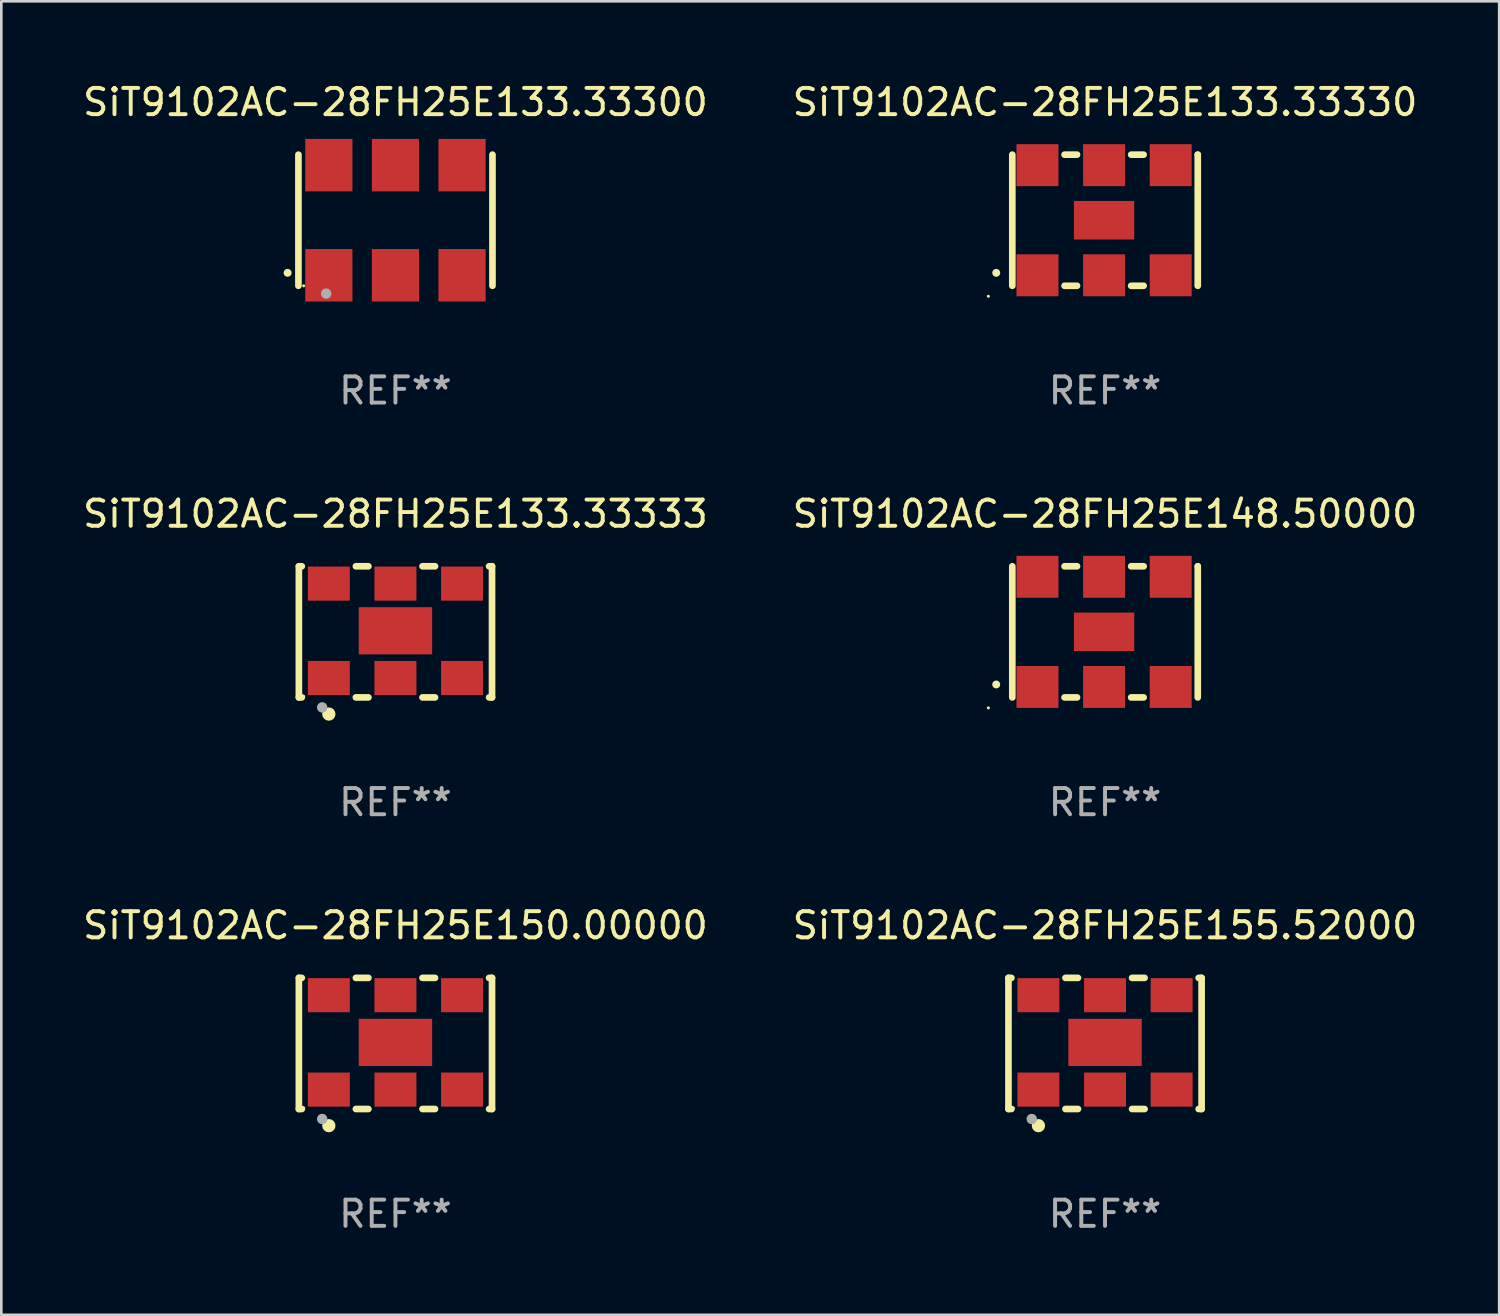
<source format=kicad_pcb>
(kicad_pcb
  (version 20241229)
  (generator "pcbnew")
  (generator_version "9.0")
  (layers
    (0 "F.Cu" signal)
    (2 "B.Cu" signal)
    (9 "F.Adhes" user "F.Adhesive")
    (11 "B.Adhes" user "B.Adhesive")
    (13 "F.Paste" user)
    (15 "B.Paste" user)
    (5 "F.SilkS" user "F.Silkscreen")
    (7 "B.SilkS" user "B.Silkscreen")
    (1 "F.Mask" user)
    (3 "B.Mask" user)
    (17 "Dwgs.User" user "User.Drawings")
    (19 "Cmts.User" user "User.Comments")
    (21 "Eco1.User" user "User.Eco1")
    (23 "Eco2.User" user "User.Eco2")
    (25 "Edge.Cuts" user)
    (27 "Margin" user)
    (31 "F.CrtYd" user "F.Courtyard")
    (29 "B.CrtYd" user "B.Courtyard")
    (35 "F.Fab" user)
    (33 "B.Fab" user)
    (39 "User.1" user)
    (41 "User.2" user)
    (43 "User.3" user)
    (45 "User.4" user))
  (footprint "SiT9102AC-28FH25E133.33300"
    (layer "F.Cu")
    (at 12.03 5.348)
    (property "Reference" "SiT9102AC-28FH25E133.33300" (at 0 -4.5 0) (layer "F.SilkS") (effects (font (size 1 1) (thickness 0.15))))
    (attr through_hole)
    (fp_line (start -3.7 -2.5) (end -3.7 2.5) (stroke (width 0.254) (type solid)) (layer "F.SilkS"))
    (fp_line (start 3.7 -2.5) (end 3.7 2.5) (stroke (width 0.254) (type solid)) (layer "F.SilkS"))
    (fp_arc (start -4.114415 2.006604) (mid -4.113145 2.006599) (end -4.111875 2.006604) (stroke (width 0.3) (type solid)) (layer "F.SilkS"))
    (fp_circle (center -3.5 2.501) (end -3.47 2.501) (stroke (width 0.06) (type solid)) (fill no) (layer "F.SilkS"))
    (fp_circle (center -2.641 2.799) (end -2.541 2.799) (stroke (width 0.2) (type solid)) (fill no) (layer "F.Fab"))
    (fp_text user "REF**" (at 0 6.5 0) (layer "F.Fab") (effects (font (size 1 1) (thickness 0.15))))
    (pad "1" smd rect (at -2.54 2.1) (size 1.8 2) (layers "F.Cu" "F.Mask" "F.Paste"))
    (pad "2" smd rect (at 0.000394 2.1) (size 1.8 2) (layers "F.Cu" "F.Mask" "F.Paste"))
    (pad "3" smd rect (at 2.54 2.1) (size 1.8 2) (layers "F.Cu" "F.Mask" "F.Paste"))
    (pad "4" smd rect (at 2.54 -2.1) (size 1.8 2) (layers "F.Cu" "F.Mask" "F.Paste"))
    (pad "5" smd rect (at 0.000394 -2.1) (size 1.8 2) (layers "F.Cu" "F.Mask" "F.Paste"))
    (pad "6" smd rect (at -2.54 -2.1) (size 1.8 2) (layers "F.Cu" "F.Mask" "F.Paste")))
  (footprint "SiT9102AC-28FH25E148.50000"
    (layer "F.Cu")
    (at 39.089 21.045)
    (property "Reference" "SiT9102AC-28FH25E148.50000" (at 0 -4.5 0) (layer "F.SilkS") (effects (font (size 1 1) (thickness 0.15))))
    (attr through_hole)
    (fp_line (start -3.536 -2.5) (end -3.536 2.5) (stroke (width 0.254) (type solid)) (layer "F.SilkS"))
    (fp_line (start -1.544 2.5) (end -1.067 2.5) (stroke (width 0.254) (type solid)) (layer "F.SilkS"))
    (fp_line (start -1.067 -2.5) (end -1.544 -2.5) (stroke (width 0.254) (type solid)) (layer "F.SilkS"))
    (fp_line (start 0.996 2.5) (end 1.473 2.5) (stroke (width 0.254) (type solid)) (layer "F.SilkS"))
    (fp_line (start 1.473 -2.5) (end 0.996 -2.5) (stroke (width 0.254) (type solid)) (layer "F.SilkS"))
    (fp_line (start 3.536 -2.5) (end 3.536 -2.5) (stroke (width 0.254) (type solid)) (layer "F.SilkS"))
    (fp_line (start 3.536 2.5) (end 3.536 -2.5) (stroke (width 0.254) (type solid)) (layer "F.SilkS"))
    (fp_arc (start -4.150432 2.006604) (mid -4.149162 2.006599) (end -4.147892 2.006604) (stroke (width 0.3) (type solid)) (layer "F.SilkS"))
    (fp_circle (center -4.449 2.9) (end -4.419 2.9) (stroke (width 0.06) (type solid)) (fill no) (layer "F.SilkS"))
    (fp_text user "REF**" (at 0 6.5 0) (layer "F.Fab") (effects (font (size 1 1) (thickness 0.15))))
    (pad "1" smd rect (at -2.576 2.1) (size 1.6 1.6) (layers "F.Cu" "F.Mask" "F.Paste"))
    (pad "2" smd rect (at -0.036 2.1) (size 1.6 1.6) (layers "F.Cu" "F.Mask" "F.Paste"))
    (pad "3" smd rect (at 2.504 2.1) (size 1.6 1.6) (layers "F.Cu" "F.Mask" "F.Paste"))
    (pad "4" smd rect (at 2.504 -2.1) (size 1.6 1.6) (layers "F.Cu" "F.Mask" "F.Paste"))
    (pad "5" smd rect (at -0.036 -2.1) (size 1.6 1.6) (layers "F.Cu" "F.Mask" "F.Paste"))
    (pad "6" smd rect (at -2.576 -2.1) (size 1.6 1.6) (layers "F.Cu" "F.Mask" "F.Paste"))
    (pad "7" smd rect (at -0.036 0) (size 2.3 1.47) (layers "F.Cu" "F.Mask" "F.Paste")))
  (footprint "SiT9102AC-28FH25E155.52000"
    (layer "F.Cu")
    (at 39.089 36.741)
    (property "Reference" "SiT9102AC-28FH25E155.52000" (at 0 -4.5 0) (layer "F.SilkS") (effects (font (size 1 1) (thickness 0.15))))
    (attr through_hole)
    (fp_line (start -3.683 -2.5) (end -3.571 -2.5) (stroke (width 0.254) (type solid)) (layer "F.SilkS"))
    (fp_line (start -3.683 2.5) (end -3.683 -2.5) (stroke (width 0.254) (type solid)) (layer "F.SilkS"))
    (fp_line (start -3.683 2.5) (end -3.571 2.5) (stroke (width 0.254) (type solid)) (layer "F.SilkS"))
    (fp_line (start -1.509 -2.5) (end -1.031 -2.5) (stroke (width 0.254) (type solid)) (layer "F.SilkS"))
    (fp_line (start -1.509 2.5) (end -1.031 2.5) (stroke (width 0.254) (type solid)) (layer "F.SilkS"))
    (fp_line (start 1.031 -2.5) (end 1.509 -2.5) (stroke (width 0.254) (type solid)) (layer "F.SilkS"))
    (fp_line (start 1.031 2.5) (end 1.509 2.5) (stroke (width 0.254) (type solid)) (layer "F.SilkS"))
    (fp_line (start 3.571 -2.5) (end 3.683 -2.5) (stroke (width 0.254) (type solid)) (layer "F.SilkS"))
    (fp_line (start 3.571 2.5) (end 3.683 2.5) (stroke (width 0.254) (type solid)) (layer "F.SilkS"))
    (fp_line (start 3.683 2.5) (end 3.683 -2.5) (stroke (width 0.254) (type solid)) (layer "F.SilkS"))
    (fp_circle (center -3.5 2.46) (end -3.47 2.46) (stroke (width 0.06) (type solid)) (fill no) (layer "F.SilkS"))
    (fp_circle (center -2.54 3.135) (end -2.413 3.135) (stroke (width 0.254) (type solid)) (fill no) (layer "F.SilkS"))
    (fp_circle (center -2.794 2.881) (end -2.694 2.881) (stroke (width 0.2) (type solid)) (fill no) (layer "F.Fab"))
    (fp_text user "REF**" (at 0 6.5 0) (layer "F.Fab") (effects (font (size 1 1) (thickness 0.15))))
    (pad "1" smd rect (at -2.54 1.76) (size 1.6 1.3) (layers "F.Cu" "F.Mask" "F.Paste"))
    (pad "2" smd rect (at 0 1.76) (size 1.6 1.3) (layers "F.Cu" "F.Mask" "F.Paste"))
    (pad "3" smd rect (at 2.54 1.76) (size 1.6 1.3) (layers "F.Cu" "F.Mask" "F.Paste"))
    (pad "4" smd rect (at 2.54 -1.84) (size 1.6 1.3) (layers "F.Cu" "F.Mask" "F.Paste"))
    (pad "5" smd rect (at 0 -1.84) (size 1.6 1.3) (layers "F.Cu" "F.Mask" "F.Paste"))
    (pad "6" smd rect (at -2.54 -1.84) (size 1.6 1.3) (layers "F.Cu" "F.Mask" "F.Paste"))
    (pad "7" smd rect (at 0 -0.04) (size 2.8 1.8) (layers "F.Cu" "F.Mask" "F.Paste")))
  (footprint "SiT9102AC-28FH25E133.33333"
    (layer "F.Cu")
    (at 12.03 21.045)
    (property "Reference" "SiT9102AC-28FH25E133.33333" (at 0 -4.5 0) (layer "F.SilkS") (effects (font (size 1 1) (thickness 0.15))))
    (attr through_hole)
    (fp_line (start -3.683 -2.5) (end -3.571 -2.5) (stroke (width 0.254) (type solid)) (layer "F.SilkS"))
    (fp_line (start -3.683 2.5) (end -3.683 -2.5) (stroke (width 0.254) (type solid)) (layer "F.SilkS"))
    (fp_line (start -3.683 2.5) (end -3.571 2.5) (stroke (width 0.254) (type solid)) (layer "F.SilkS"))
    (fp_line (start -1.509 -2.5) (end -1.031 -2.5) (stroke (width 0.254) (type solid)) (layer "F.SilkS"))
    (fp_line (start -1.509 2.5) (end -1.031 2.5) (stroke (width 0.254) (type solid)) (layer "F.SilkS"))
    (fp_line (start 1.031 -2.5) (end 1.509 -2.5) (stroke (width 0.254) (type solid)) (layer "F.SilkS"))
    (fp_line (start 1.031 2.5) (end 1.509 2.5) (stroke (width 0.254) (type solid)) (layer "F.SilkS"))
    (fp_line (start 3.571 -2.5) (end 3.683 -2.5) (stroke (width 0.254) (type solid)) (layer "F.SilkS"))
    (fp_line (start 3.571 2.5) (end 3.683 2.5) (stroke (width 0.254) (type solid)) (layer "F.SilkS"))
    (fp_line (start 3.683 2.5) (end 3.683 -2.5) (stroke (width 0.254) (type solid)) (layer "F.SilkS"))
    (fp_circle (center -3.5 2.46) (end -3.47 2.46) (stroke (width 0.06) (type solid)) (fill no) (layer "F.SilkS"))
    (fp_circle (center -2.54 3.135) (end -2.413 3.135) (stroke (width 0.254) (type solid)) (fill no) (layer "F.SilkS"))
    (fp_circle (center -2.794 2.881) (end -2.694 2.881) (stroke (width 0.2) (type solid)) (fill no) (layer "F.Fab"))
    (fp_text user "REF**" (at 0 6.5 0) (layer "F.Fab") (effects (font (size 1 1) (thickness 0.15))))
    (pad "1" smd rect (at -2.54 1.76) (size 1.6 1.3) (layers "F.Cu" "F.Mask" "F.Paste"))
    (pad "2" smd rect (at 0 1.76) (size 1.6 1.3) (layers "F.Cu" "F.Mask" "F.Paste"))
    (pad "3" smd rect (at 2.54 1.76) (size 1.6 1.3) (layers "F.Cu" "F.Mask" "F.Paste"))
    (pad "4" smd rect (at 2.54 -1.84) (size 1.6 1.3) (layers "F.Cu" "F.Mask" "F.Paste"))
    (pad "5" smd rect (at 0 -1.84) (size 1.6 1.3) (layers "F.Cu" "F.Mask" "F.Paste"))
    (pad "6" smd rect (at -2.54 -1.84) (size 1.6 1.3) (layers "F.Cu" "F.Mask" "F.Paste"))
    (pad "7" smd rect (at 0 -0.04) (size 2.8 1.8) (layers "F.Cu" "F.Mask" "F.Paste")))
  (footprint "SiT9102AC-28FH25E150.00000"
    (layer "F.Cu")
    (at 12.03 36.741)
    (property "Reference" "SiT9102AC-28FH25E150.00000" (at 0 -4.5 0) (layer "F.SilkS") (effects (font (size 1 1) (thickness 0.15))))
    (attr through_hole)
    (fp_line (start -3.683 -2.5) (end -3.571 -2.5) (stroke (width 0.254) (type solid)) (layer "F.SilkS"))
    (fp_line (start -3.683 2.5) (end -3.683 -2.5) (stroke (width 0.254) (type solid)) (layer "F.SilkS"))
    (fp_line (start -3.683 2.5) (end -3.571 2.5) (stroke (width 0.254) (type solid)) (layer "F.SilkS"))
    (fp_line (start -1.509 -2.5) (end -1.031 -2.5) (stroke (width 0.254) (type solid)) (layer "F.SilkS"))
    (fp_line (start -1.509 2.5) (end -1.031 2.5) (stroke (width 0.254) (type solid)) (layer "F.SilkS"))
    (fp_line (start 1.031 -2.5) (end 1.509 -2.5) (stroke (width 0.254) (type solid)) (layer "F.SilkS"))
    (fp_line (start 1.031 2.5) (end 1.509 2.5) (stroke (width 0.254) (type solid)) (layer "F.SilkS"))
    (fp_line (start 3.571 -2.5) (end 3.683 -2.5) (stroke (width 0.254) (type solid)) (layer "F.SilkS"))
    (fp_line (start 3.571 2.5) (end 3.683 2.5) (stroke (width 0.254) (type solid)) (layer "F.SilkS"))
    (fp_line (start 3.683 2.5) (end 3.683 -2.5) (stroke (width 0.254) (type solid)) (layer "F.SilkS"))
    (fp_circle (center -3.5 2.46) (end -3.47 2.46) (stroke (width 0.06) (type solid)) (fill no) (layer "F.SilkS"))
    (fp_circle (center -2.54 3.135) (end -2.413 3.135) (stroke (width 0.254) (type solid)) (fill no) (layer "F.SilkS"))
    (fp_circle (center -2.794 2.881) (end -2.694 2.881) (stroke (width 0.2) (type solid)) (fill no) (layer "F.Fab"))
    (fp_text user "REF**" (at 0 6.5 0) (layer "F.Fab") (effects (font (size 1 1) (thickness 0.15))))
    (pad "1" smd rect (at -2.54 1.76) (size 1.6 1.3) (layers "F.Cu" "F.Mask" "F.Paste"))
    (pad "2" smd rect (at 0 1.76) (size 1.6 1.3) (layers "F.Cu" "F.Mask" "F.Paste"))
    (pad "3" smd rect (at 2.54 1.76) (size 1.6 1.3) (layers "F.Cu" "F.Mask" "F.Paste"))
    (pad "4" smd rect (at 2.54 -1.84) (size 1.6 1.3) (layers "F.Cu" "F.Mask" "F.Paste"))
    (pad "5" smd rect (at 0 -1.84) (size 1.6 1.3) (layers "F.Cu" "F.Mask" "F.Paste"))
    (pad "6" smd rect (at -2.54 -1.84) (size 1.6 1.3) (layers "F.Cu" "F.Mask" "F.Paste"))
    (pad "7" smd rect (at 0 -0.04) (size 2.8 1.8) (layers "F.Cu" "F.Mask" "F.Paste")))
  (footprint "SiT9102AC-28FH25E133.33330"
    (layer "F.Cu")
    (at 39.089 5.348)
    (property "Reference" "SiT9102AC-28FH25E133.33330" (at 0 -4.5 0) (layer "F.SilkS") (effects (font (size 1 1) (thickness 0.15))))
    (attr through_hole)
    (fp_line (start -3.536 -2.5) (end -3.536 2.5) (stroke (width 0.254) (type solid)) (layer "F.SilkS"))
    (fp_line (start -1.544 2.5) (end -1.067 2.5) (stroke (width 0.254) (type solid)) (layer "F.SilkS"))
    (fp_line (start -1.067 -2.5) (end -1.544 -2.5) (stroke (width 0.254) (type solid)) (layer "F.SilkS"))
    (fp_line (start 0.996 2.5) (end 1.473 2.5) (stroke (width 0.254) (type solid)) (layer "F.SilkS"))
    (fp_line (start 1.473 -2.5) (end 0.996 -2.5) (stroke (width 0.254) (type solid)) (layer "F.SilkS"))
    (fp_line (start 3.536 -2.5) (end 3.536 -2.5) (stroke (width 0.254) (type solid)) (layer "F.SilkS"))
    (fp_line (start 3.536 2.5) (end 3.536 -2.5) (stroke (width 0.254) (type solid)) (layer "F.SilkS"))
    (fp_arc (start -4.150432 2.006604) (mid -4.149162 2.006599) (end -4.147892 2.006604) (stroke (width 0.3) (type solid)) (layer "F.SilkS"))
    (fp_circle (center -4.449 2.9) (end -4.419 2.9) (stroke (width 0.06) (type solid)) (fill no) (layer "F.SilkS"))
    (fp_text user "REF**" (at 0 6.5 0) (layer "F.Fab") (effects (font (size 1 1) (thickness 0.15))))
    (pad "1" smd rect (at -2.576 2.1) (size 1.6 1.6) (layers "F.Cu" "F.Mask" "F.Paste"))
    (pad "2" smd rect (at -0.036 2.1) (size 1.6 1.6) (layers "F.Cu" "F.Mask" "F.Paste"))
    (pad "3" smd rect (at 2.504 2.1) (size 1.6 1.6) (layers "F.Cu" "F.Mask" "F.Paste"))
    (pad "4" smd rect (at 2.504 -2.1) (size 1.6 1.6) (layers "F.Cu" "F.Mask" "F.Paste"))
    (pad "5" smd rect (at -0.036 -2.1) (size 1.6 1.6) (layers "F.Cu" "F.Mask" "F.Paste"))
    (pad "6" smd rect (at -2.576 -2.1) (size 1.6 1.6) (layers "F.Cu" "F.Mask" "F.Paste"))
    (pad "7" smd rect (at -0.036 0) (size 2.3 1.47) (layers "F.Cu" "F.Mask" "F.Paste")))
  (gr_rect
    (start -3 -3)
    (end 54.119 47.09)
    (stroke (width 0.1) (type default))
    (fill no)
    (layer "Edge.Cuts")))
</source>
